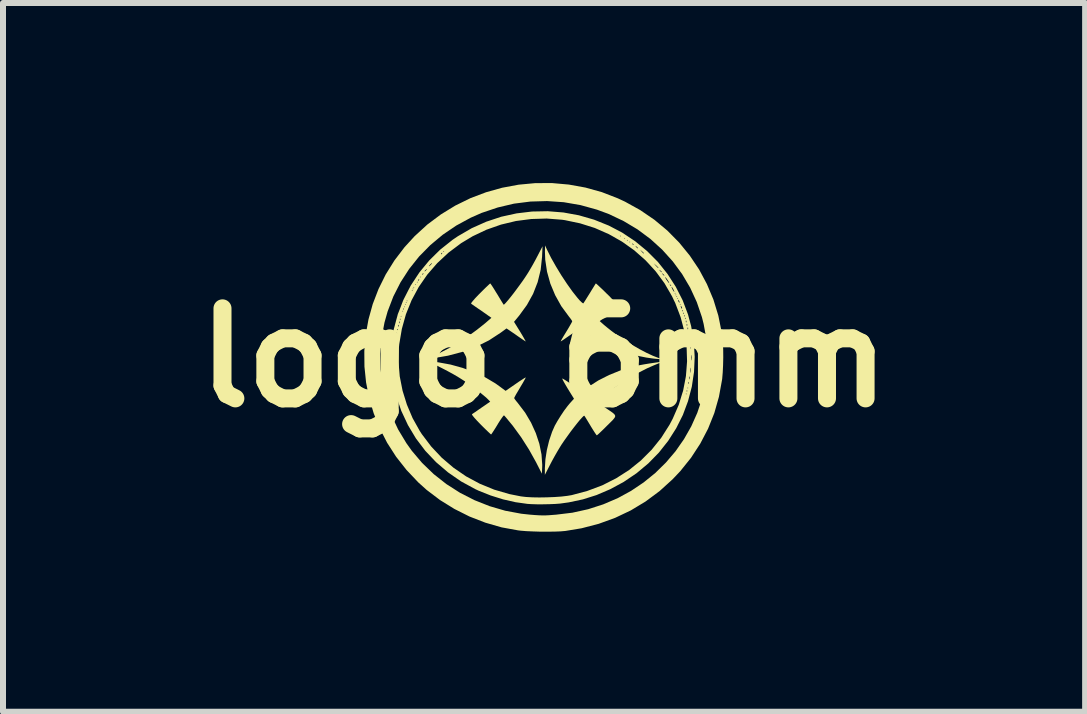
<source format=kicad_pcb>
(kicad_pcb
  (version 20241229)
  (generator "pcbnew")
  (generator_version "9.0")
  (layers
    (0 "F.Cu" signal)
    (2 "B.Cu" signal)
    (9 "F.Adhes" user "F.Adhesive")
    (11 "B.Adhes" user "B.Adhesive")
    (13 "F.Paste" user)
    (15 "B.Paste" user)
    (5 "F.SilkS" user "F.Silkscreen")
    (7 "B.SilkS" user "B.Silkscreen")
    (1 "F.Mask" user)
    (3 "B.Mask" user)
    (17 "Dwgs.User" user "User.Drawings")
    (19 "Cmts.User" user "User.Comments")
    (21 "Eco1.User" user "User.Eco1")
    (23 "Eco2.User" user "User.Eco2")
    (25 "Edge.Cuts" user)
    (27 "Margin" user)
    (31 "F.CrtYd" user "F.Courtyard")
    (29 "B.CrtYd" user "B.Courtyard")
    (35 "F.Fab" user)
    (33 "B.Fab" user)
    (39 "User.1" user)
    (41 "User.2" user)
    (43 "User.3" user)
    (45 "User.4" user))
  (footprint "logo 6mm"
    (layer "F.Cu")
    (at 6.014 2.909)
    (property "Reference" "logo 6mm" (at 0 0 0) (layer "F.SilkS") (effects (font (size 1.5 1.5) (thickness 0.3))))
    (attr board_only exclude_from_pos_files exclude_from_bom)
    (fp_poly (pts (xy -0.033 -1.678) (xy -0.056 -1.463) (xy -0.106 -1.259) (xy -0.182 -1.064) (xy -0.285 -0.878) (xy -0.414 -0.701) (xy -0.5 -0.597) (xy -0.399 -0.434) (xy -0.363 -0.374) (xy -0.334 -0.324) (xy -0.314 -0.288) (xy -0.305 -0.271) (xy -0.306 -0.27) (xy -0.319 -0.278) (xy -0.351 -0.299) (xy -0.395 -0.329) (xy -0.43 -0.353) (xy -0.485 -0.392) (xy -0.535 -0.426) (xy -0.573 -0.452) (xy -0.586 -0.461) (xy -0.625 -0.487) (xy -0.722 -0.416) (xy -0.918 -0.288) (xy -1.133 -0.181) (xy -1.361 -0.096) (xy -1.601 -0.033) (xy -1.75 -0.007) (xy -1.836 0.004) (xy -1.895 0.011) (xy -1.929 0.012) (xy -1.937 0.007) (xy -1.921 -0.003) (xy -1.883 -0.019) (xy -1.859 -0.028) (xy -1.725 -0.085) (xy -1.579 -0.161) (xy -1.425 -0.252) (xy -1.269 -0.354) (xy -1.116 -0.466) (xy -0.971 -0.582) (xy -0.94 -0.609) (xy -0.877 -0.664) (xy -1.038 -0.777) (xy -1.098 -0.818) (xy -1.15 -0.854) (xy -1.19 -0.882) (xy -1.212 -0.897) (xy -1.215 -0.899) (xy -1.211 -0.913) (xy -1.188 -0.943) (xy -1.149 -0.988) (xy -1.095 -1.045) (xy -1.067 -1.073) (xy -1.012 -1.128) (xy -0.963 -1.176) (xy -0.926 -1.211) (xy -0.902 -1.233) (xy -0.896 -1.237) (xy -0.887 -1.226) (xy -0.865 -1.194) (xy -0.835 -1.147) (xy -0.799 -1.088) (xy -0.783 -1.063) (xy -0.745 -1) (xy -0.713 -0.947) (xy -0.688 -0.907) (xy -0.675 -0.885) (xy -0.673 -0.883) (xy -0.661 -0.889) (xy -0.636 -0.915) (xy -0.6 -0.957) (xy -0.555 -1.012) (xy -0.505 -1.076) (xy -0.452 -1.147) (xy -0.399 -1.219) (xy -0.348 -1.29) (xy -0.303 -1.357) (xy -0.27 -1.408) (xy -0.232 -1.471) (xy -0.187 -1.549) (xy -0.142 -1.631) (xy -0.11 -1.692) (xy -0.025 -1.856)) (stroke (width 0) (type solid)) (fill yes) (layer "F.SilkS"))
    (fp_poly (pts (xy -1.903 0.061) (xy -1.845 0.067) (xy -1.76 0.078) (xy -1.759 0.078) (xy -1.557 0.115) (xy -1.355 0.171) (xy -1.159 0.244) (xy -0.974 0.331) (xy -0.808 0.43) (xy -0.741 0.478) (xy -0.64 0.553) (xy -0.475 0.439) (xy -0.416 0.398) (xy -0.365 0.365) (xy -0.328 0.341) (xy -0.308 0.33) (xy -0.305 0.33) (xy -0.31 0.343) (xy -0.328 0.376) (xy -0.355 0.424) (xy -0.39 0.482) (xy -0.399 0.498) (xy -0.435 0.559) (xy -0.466 0.611) (xy -0.487 0.65) (xy -0.497 0.671) (xy -0.498 0.673) (xy -0.489 0.689) (xy -0.466 0.72) (xy -0.434 0.759) (xy -0.429 0.766) (xy -0.314 0.917) (xy -0.216 1.083) (xy -0.137 1.257) (xy -0.078 1.435) (xy -0.042 1.613) (xy -0.03 1.786) (xy -0.031 1.83) (xy -0.036 1.933) (xy -0.133 1.742) (xy -0.25 1.532) (xy -0.382 1.325) (xy -0.522 1.133) (xy -0.55 1.099) (xy -0.593 1.047) (xy -0.629 1.003) (xy -0.655 0.973) (xy -0.667 0.961) (xy -0.678 0.97) (xy -0.7 0.999) (xy -0.731 1.044) (xy -0.767 1.101) (xy -0.776 1.117) (xy -0.813 1.177) (xy -0.845 1.227) (xy -0.868 1.262) (xy -0.881 1.279) (xy -0.882 1.28) (xy -0.894 1.27) (xy -0.922 1.244) (xy -0.964 1.204) (xy -1.015 1.154) (xy -1.053 1.116) (xy -1.115 1.052) (xy -1.161 1.001) (xy -1.191 0.964) (xy -1.201 0.945) (xy -1.2 0.942) (xy -1.183 0.93) (xy -1.147 0.906) (xy -1.099 0.872) (xy -1.042 0.833) (xy -1.041 0.832) (xy -0.897 0.733) (xy -0.929 0.699) (xy -0.964 0.665) (xy -1.018 0.62) (xy -1.085 0.566) (xy -1.16 0.508) (xy -1.238 0.451) (xy -1.313 0.398) (xy -1.342 0.379) (xy -1.419 0.33) (xy -1.509 0.277) (xy -1.606 0.224) (xy -1.702 0.174) (xy -1.791 0.13) (xy -1.866 0.097) (xy -1.897 0.085) (xy -1.932 0.071) (xy -1.945 0.063) (xy -1.936 0.06)) (stroke (width 0) (type solid)) (fill yes) (layer "F.SilkS"))
    (fp_poly (pts (xy 1.952 0.076) (xy 1.922 0.09) (xy 1.875 0.109) (xy 1.82 0.132) (xy 1.714 0.179) (xy 1.593 0.241) (xy 1.468 0.311) (xy 1.346 0.385) (xy 1.236 0.458) (xy 1.226 0.465) (xy 1.168 0.508) (xy 1.106 0.556) (xy 1.046 0.604) (xy 0.99 0.65) (xy 0.944 0.689) (xy 0.911 0.719) (xy 0.896 0.737) (xy 0.896 0.738) (xy 0.907 0.75) (xy 0.937 0.774) (xy 0.981 0.807) (xy 1.028 0.839) (xy 1.098 0.886) (xy 1.148 0.921) (xy 1.177 0.949) (xy 1.187 0.973) (xy 1.176 1.001) (xy 1.147 1.037) (xy 1.099 1.085) (xy 1.05 1.133) (xy 0.995 1.188) (xy 0.947 1.234) (xy 0.909 1.27) (xy 0.885 1.29) (xy 0.879 1.294) (xy 0.869 1.283) (xy 0.847 1.251) (xy 0.817 1.204) (xy 0.781 1.146) (xy 0.774 1.134) (xy 0.738 1.074) (xy 0.707 1.023) (xy 0.684 0.986) (xy 0.672 0.968) (xy 0.672 0.967) (xy 0.659 0.972) (xy 0.633 0.998) (xy 0.595 1.04) (xy 0.55 1.095) (xy 0.499 1.16) (xy 0.444 1.232) (xy 0.39 1.307) (xy 0.337 1.381) (xy 0.289 1.452) (xy 0.263 1.494) (xy 0.221 1.564) (xy 0.173 1.648) (xy 0.126 1.734) (xy 0.097 1.79) (xy 0.014 1.952) (xy 0.014 1.84) (xy 0.023 1.694) (xy 0.047 1.538) (xy 0.085 1.382) (xy 0.134 1.236) (xy 0.179 1.134) (xy 0.223 1.056) (xy 0.277 0.969) (xy 0.335 0.882) (xy 0.393 0.805) (xy 0.432 0.758) (xy 0.499 0.684) (xy 0.397 0.519) (xy 0.361 0.458) (xy 0.331 0.406) (xy 0.311 0.368) (xy 0.303 0.348) (xy 0.303 0.347) (xy 0.316 0.352) (xy 0.348 0.371) (xy 0.395 0.401) (xy 0.451 0.439) (xy 0.47 0.452) (xy 0.63 0.565) (xy 0.745 0.482) (xy 0.904 0.38) (xy 1.083 0.289) (xy 1.274 0.212) (xy 1.47 0.152) (xy 1.479 0.149) (xy 1.531 0.138) (xy 1.599 0.124) (xy 1.676 0.11) (xy 1.755 0.097) (xy 1.831 0.086) (xy 1.895 0.077) (xy 1.943 0.072) (xy 1.96 0.071)) (stroke (width 0) (type solid)) (fill yes) (layer "F.SilkS"))
    (fp_poly (pts (xy 0.053 -1.792) (xy 0.118 -1.662) (xy 0.198 -1.521) (xy 0.287 -1.374) (xy 0.381 -1.232) (xy 0.475 -1.1) (xy 0.556 -0.998) (xy 0.594 -0.954) (xy 0.627 -0.922) (xy 0.648 -0.906) (xy 0.655 -0.905) (xy 0.666 -0.921) (xy 0.689 -0.957) (xy 0.72 -1.007) (xy 0.757 -1.066) (xy 0.762 -1.074) (xy 0.798 -1.133) (xy 0.829 -1.183) (xy 0.851 -1.219) (xy 0.862 -1.236) (xy 0.863 -1.237) (xy 0.874 -1.229) (xy 0.901 -1.205) (xy 0.939 -1.169) (xy 0.986 -1.125) (xy 1.035 -1.076) (xy 1.085 -1.028) (xy 1.129 -0.982) (xy 1.165 -0.945) (xy 1.188 -0.92) (xy 1.195 -0.91) (xy 1.183 -0.9) (xy 1.153 -0.877) (xy 1.108 -0.844) (xy 1.051 -0.804) (xy 1.031 -0.79) (xy 0.972 -0.749) (xy 0.923 -0.713) (xy 0.887 -0.686) (xy 0.869 -0.671) (xy 0.868 -0.669) (xy 0.878 -0.655) (xy 0.906 -0.628) (xy 0.949 -0.59) (xy 1 -0.545) (xy 1.057 -0.498) (xy 1.115 -0.452) (xy 1.124 -0.445) (xy 1.228 -0.368) (xy 1.345 -0.29) (xy 1.468 -0.213) (xy 1.591 -0.142) (xy 1.709 -0.08) (xy 1.815 -0.031) (xy 1.887 -0.003) (xy 1.925 0.011) (xy 1.943 0.02) (xy 1.939 0.024) (xy 1.912 0.023) (xy 1.86 0.019) (xy 1.799 0.012) (xy 1.703 -0.002) (xy 1.593 -0.024) (xy 1.476 -0.052) (xy 1.364 -0.083) (xy 1.266 -0.114) (xy 1.229 -0.128) (xy 1.088 -0.19) (xy 0.946 -0.263) (xy 0.814 -0.341) (xy 0.727 -0.399) (xy 0.675 -0.434) (xy 0.631 -0.461) (xy 0.6 -0.476) (xy 0.589 -0.478) (xy 0.57 -0.467) (xy 0.534 -0.443) (xy 0.484 -0.41) (xy 0.428 -0.371) (xy 0.426 -0.37) (xy 0.371 -0.332) (xy 0.325 -0.3) (xy 0.292 -0.279) (xy 0.277 -0.27) (xy 0.277 -0.27) (xy 0.282 -0.282) (xy 0.299 -0.313) (xy 0.326 -0.359) (xy 0.361 -0.416) (xy 0.37 -0.431) (xy 0.407 -0.492) (xy 0.437 -0.544) (xy 0.459 -0.583) (xy 0.469 -0.604) (xy 0.469 -0.606) (xy 0.461 -0.623) (xy 0.439 -0.654) (xy 0.411 -0.69) (xy 0.287 -0.859) (xy 0.185 -1.042) (xy 0.105 -1.234) (xy 0.05 -1.432) (xy 0.02 -1.631) (xy 0.015 -1.763) (xy 0.017 -1.87)) (stroke (width 0) (type solid)) (fill yes) (layer "F.SilkS"))
    (fp_poly (pts (xy 0.413 -2.884) (xy 0.69 -2.834) (xy 0.963 -2.758) (xy 1.229 -2.655) (xy 1.349 -2.599) (xy 1.602 -2.459) (xy 1.838 -2.298) (xy 2.055 -2.117) (xy 2.252 -1.917) (xy 2.428 -1.701) (xy 2.583 -1.47) (xy 2.714 -1.225) (xy 2.822 -0.968) (xy 2.904 -0.7) (xy 2.96 -0.422) (xy 2.972 -0.342) (xy 2.98 -0.245) (xy 2.985 -0.129) (xy 2.986 -0.003) (xy 2.983 0.126) (xy 2.977 0.248) (xy 2.968 0.354) (xy 2.965 0.373) (xy 2.914 0.652) (xy 2.837 0.923) (xy 2.733 1.183) (xy 2.603 1.432) (xy 2.449 1.668) (xy 2.27 1.891) (xy 2.141 2.027) (xy 1.925 2.223) (xy 1.692 2.396) (xy 1.445 2.545) (xy 1.184 2.669) (xy 0.911 2.768) (xy 0.627 2.842) (xy 0.356 2.887) (xy 0.275 2.894) (xy 0.173 2.898) (xy 0.057 2.899) (xy -0.065 2.899) (xy -0.186 2.895) (xy -0.298 2.89) (xy -0.395 2.882) (xy -0.434 2.877) (xy -0.708 2.827) (xy -0.978 2.749) (xy -1.241 2.647) (xy -1.494 2.52) (xy -1.733 2.372) (xy -1.956 2.203) (xy -2.095 2.078) (xy -2.292 1.87) (xy -2.465 1.65) (xy -2.614 1.418) (xy -2.738 1.176) (xy -2.838 0.927) (xy -2.914 0.671) (xy -2.965 0.412) (xy -2.992 0.149) (xy -2.994 -0.064) (xy -2.729 -0.064) (xy -2.723 0.197) (xy -2.689 0.455) (xy -2.629 0.709) (xy -2.543 0.957) (xy -2.431 1.196) (xy -2.293 1.425) (xy -2.204 1.55) (xy -2.031 1.754) (xy -1.838 1.94) (xy -1.627 2.106) (xy -1.4 2.251) (xy -1.159 2.374) (xy -0.907 2.474) (xy -0.647 2.55) (xy -0.379 2.6) (xy -0.239 2.615) (xy -0.153 2.622) (xy -0.087 2.626) (xy -0.032 2.628) (xy 0.022 2.628) (xy 0.082 2.625) (xy 0.158 2.619) (xy 0.199 2.616) (xy 0.472 2.583) (xy 0.735 2.525) (xy 0.986 2.444) (xy 1.225 2.342) (xy 1.449 2.22) (xy 1.659 2.079) (xy 1.854 1.921) (xy 2.031 1.747) (xy 2.191 1.559) (xy 2.332 1.357) (xy 2.453 1.144) (xy 2.553 0.92) (xy 2.631 0.687) (xy 2.687 0.447) (xy 2.718 0.201) (xy 2.725 -0.051) (xy 2.706 -0.306) (xy 2.659 -0.562) (xy 2.631 -0.674) (xy 2.545 -0.926) (xy 2.435 -1.165) (xy 2.301 -1.392) (xy 2.145 -1.604) (xy 1.968 -1.8) (xy 1.772 -1.978) (xy 1.558 -2.137) (xy 1.327 -2.275) (xy 1.082 -2.392) (xy 0.882 -2.466) (xy 0.607 -2.542) (xy 0.329 -2.59) (xy 0.051 -2.609) (xy -0.226 -2.601) (xy -0.501 -2.566) (xy -0.772 -2.502) (xy -1.039 -2.412) (xy -1.221 -2.332) (xy -1.464 -2.2) (xy -1.689 -2.047) (xy -1.895 -1.875) (xy -2.082 -1.685) (xy -2.247 -1.478) (xy -2.391 -1.255) (xy -2.511 -1.019) (xy -2.606 -0.77) (xy -2.658 -0.586) (xy -2.707 -0.326) (xy -2.729 -0.064) (xy -2.994 -0.064) (xy -2.994 -0.114) (xy -2.972 -0.377) (xy -2.925 -0.637) (xy -2.854 -0.893) (xy -2.758 -1.143) (xy -2.638 -1.386) (xy -2.493 -1.619) (xy -2.323 -1.842) (xy -2.155 -2.025) (xy -1.944 -2.218) (xy -1.718 -2.387) (xy -1.478 -2.534) (xy -1.227 -2.657) (xy -0.966 -2.756) (xy -0.698 -2.831) (xy -0.424 -2.882) (xy -0.146 -2.908) (xy 0.133 -2.909)) (stroke (width 0) (type solid)) (fill yes) (layer "F.SilkS"))
    (fp_poly (pts (xy 0.323 -2.419) (xy 0.581 -2.372) (xy 0.834 -2.299) (xy 1.08 -2.2) (xy 1.301 -2.084) (xy 1.518 -1.94) (xy 1.717 -1.776) (xy 1.898 -1.594) (xy 2.057 -1.395) (xy 2.195 -1.181) (xy 2.31 -0.955) (xy 2.399 -0.719) (xy 2.451 -0.525) (xy 2.495 -0.268) (xy 2.51 -0.013) (xy 2.499 0.238) (xy 2.462 0.484) (xy 2.399 0.724) (xy 2.313 0.955) (xy 2.202 1.176) (xy 2.069 1.385) (xy 1.914 1.581) (xy 1.738 1.761) (xy 1.542 1.925) (xy 1.326 2.071) (xy 1.104 2.191) (xy 0.875 2.289) (xy 0.647 2.361) (xy 0.412 2.411) (xy 0.267 2.431) (xy 0.188 2.437) (xy 0.09 2.441) (xy -0.016 2.443) (xy -0.122 2.443) (xy -0.216 2.44) (xy -0.277 2.436) (xy -0.475 2.408) (xy -0.682 2.361) (xy -0.889 2.296) (xy -1.086 2.218) (xy -1.146 2.19) (xy -1.383 2.061) (xy -1.601 1.91) (xy -1.8 1.74) (xy -1.978 1.552) (xy -2.134 1.346) (xy -2.267 1.124) (xy -2.378 0.887) (xy -2.464 0.635) (xy -2.505 0.469) (xy -2.516 0.416) (xy -2.524 0.365) (xy -2.53 0.314) (xy -2.534 0.254) (xy -2.535 0.22) (xy -2.489 0.22) (xy -2.482 0.228) (xy -2.475 0.22) (xy -2.482 0.213) (xy -2.489 0.22) (xy -2.535 0.22) (xy -2.536 0.182) (xy -2.536 0.178) (xy -2.489 0.178) (xy -2.482 0.185) (xy -2.475 0.178) (xy -2.482 0.171) (xy -2.489 0.178) (xy -2.536 0.178) (xy -2.537 0.12) (xy -2.488 0.12) (xy -2.485 0.138) (xy -2.48 0.138) (xy -2.477 0.119) (xy -2.479 0.111) (xy -2.485 0.106) (xy -2.488 0.12) (xy -2.537 0.12) (xy -2.537 0.091) (xy -2.537 0.074) (xy -2.424 0.074) (xy -2.404 0.312) (xy -2.357 0.55) (xy -2.285 0.782) (xy -2.19 1.007) (xy -2.071 1.22) (xy -2.036 1.274) (xy -1.88 1.48) (xy -1.704 1.667) (xy -1.509 1.833) (xy -1.298 1.978) (xy -1.071 2.1) (xy -0.83 2.199) (xy -0.576 2.273) (xy -0.385 2.311) (xy -0.301 2.321) (xy -0.196 2.327) (xy -0.078 2.329) (xy 0.047 2.327) (xy 0.172 2.322) (xy 0.288 2.314) (xy 0.39 2.302) (xy 0.461 2.29) (xy 0.722 2.22) (xy 0.97 2.127) (xy 1.201 2.01) (xy 1.417 1.872) (xy 1.614 1.713) (xy 1.793 1.534) (xy 1.952 1.336) (xy 2.09 1.119) (xy 2.144 1.017) (xy 2.245 0.785) (xy 2.3 0.604) (xy 2.361 0.604) (xy 2.368 0.612) (xy 2.375 0.604) (xy 2.368 0.597) (xy 2.361 0.604) (xy 2.3 0.604) (xy 2.316 0.555) (xy 2.375 0.555) (xy 2.38 0.566) (xy 2.385 0.564) (xy 2.386 0.547) (xy 2.385 0.545) (xy 2.376 0.547) (xy 2.375 0.555) (xy 2.316 0.555) (xy 2.318 0.546) (xy 2.326 0.505) (xy 2.389 0.505) (xy 2.396 0.512) (xy 2.403 0.505) (xy 2.396 0.498) (xy 2.389 0.505) (xy 2.326 0.505) (xy 2.343 0.418) (xy 2.405 0.418) (xy 2.407 0.437) (xy 2.412 0.437) (xy 2.415 0.418) (xy 2.413 0.41) (xy 2.407 0.404) (xy 2.405 0.418) (xy 2.343 0.418) (xy 2.359 0.334) (xy 2.42 0.334) (xy 2.422 0.358) (xy 2.426 0.361) (xy 2.427 0.359) (xy 2.43 0.331) (xy 2.428 0.317) (xy 2.423 0.311) (xy 2.421 0.33) (xy 2.42 0.334) (xy 2.359 0.334) (xy 2.364 0.304) (xy 2.372 0.206) (xy 2.436 0.206) (xy 2.437 0.24) (xy 2.439 0.252) (xy 2.442 0.246) (xy 2.444 0.207) (xy 2.442 0.174) (xy 2.439 0.165) (xy 2.437 0.18) (xy 2.436 0.206) (xy 2.372 0.206) (xy 2.383 0.059) (xy 2.381 0) (xy 2.45 0) (xy 2.451 0.035) (xy 2.454 0.048) (xy 2.456 0.039) (xy 2.459 -0.007) (xy 2.456 -0.039) (xy 2.453 -0.048) (xy 2.451 -0.032) (xy 2.45 0) (xy 2.381 0) (xy 2.375 -0.187) (xy 2.374 -0.192) (xy 2.436 -0.192) (xy 2.437 -0.158) (xy 2.439 -0.146) (xy 2.442 -0.153) (xy 2.444 -0.192) (xy 2.442 -0.224) (xy 2.439 -0.234) (xy 2.437 -0.218) (xy 2.436 -0.192) (xy 2.374 -0.192) (xy 2.355 -0.32) (xy 2.42 -0.32) (xy 2.422 -0.296) (xy 2.426 -0.294) (xy 2.427 -0.295) (xy 2.43 -0.323) (xy 2.428 -0.337) (xy 2.423 -0.343) (xy 2.421 -0.324) (xy 2.42 -0.32) (xy 2.355 -0.32) (xy 2.342 -0.412) (xy 2.406 -0.412) (xy 2.408 -0.392) (xy 2.413 -0.395) (xy 2.415 -0.424) (xy 2.413 -0.43) (xy 2.408 -0.432) (xy 2.406 -0.412) (xy 2.342 -0.412) (xy 2.339 -0.432) (xy 2.326 -0.484) (xy 2.391 -0.484) (xy 2.394 -0.463) (xy 2.399 -0.466) (xy 2.401 -0.495) (xy 2.399 -0.501) (xy 2.393 -0.503) (xy 2.391 -0.484) (xy 2.326 -0.484) (xy 2.309 -0.549) (xy 2.376 -0.549) (xy 2.379 -0.53) (xy 2.384 -0.53) (xy 2.387 -0.549) (xy 2.385 -0.557) (xy 2.378 -0.563) (xy 2.376 -0.549) (xy 2.309 -0.549) (xy 2.294 -0.606) (xy 2.362 -0.606) (xy 2.365 -0.587) (xy 2.369 -0.587) (xy 2.373 -0.606) (xy 2.371 -0.614) (xy 2.364 -0.62) (xy 2.362 -0.606) (xy 2.294 -0.606) (xy 2.281 -0.654) (xy 2.347 -0.654) (xy 2.352 -0.642) (xy 2.356 -0.645) (xy 2.358 -0.662) (xy 2.356 -0.664) (xy 2.348 -0.662) (xy 2.347 -0.654) (xy 2.281 -0.654) (xy 2.276 -0.673) (xy 2.267 -0.697) (xy 2.332 -0.697) (xy 2.338 -0.685) (xy 2.342 -0.687) (xy 2.344 -0.704) (xy 2.342 -0.706) (xy 2.333 -0.704) (xy 2.332 -0.697) (xy 2.267 -0.697) (xy 2.251 -0.74) (xy 2.318 -0.74) (xy 2.323 -0.728) (xy 2.328 -0.73) (xy 2.329 -0.747) (xy 2.328 -0.749) (xy 2.319 -0.747) (xy 2.318 -0.74) (xy 2.251 -0.74) (xy 2.235 -0.782) (xy 2.304 -0.782) (xy 2.309 -0.77) (xy 2.313 -0.773) (xy 2.315 -0.79) (xy 2.313 -0.792) (xy 2.305 -0.79) (xy 2.304 -0.782) (xy 2.235 -0.782) (xy 2.206 -0.858) (xy 2.277 -0.858) (xy 2.284 -0.833) (xy 2.295 -0.816) (xy 2.3 -0.816) (xy 2.299 -0.832) (xy 2.291 -0.849) (xy 2.279 -0.865) (xy 2.277 -0.858) (xy 2.206 -0.858) (xy 2.194 -0.889) (xy 2.261 -0.889) (xy 2.268 -0.882) (xy 2.275 -0.889) (xy 2.268 -0.896) (xy 2.261 -0.889) (xy 2.194 -0.889) (xy 2.186 -0.911) (xy 2.163 -0.957) (xy 2.234 -0.957) (xy 2.242 -0.932) (xy 2.252 -0.916) (xy 2.257 -0.916) (xy 2.256 -0.932) (xy 2.249 -0.948) (xy 2.236 -0.965) (xy 2.234 -0.957) (xy 2.163 -0.957) (xy 2.149 -0.988) (xy 2.219 -0.988) (xy 2.226 -0.981) (xy 2.233 -0.988) (xy 2.226 -0.996) (xy 2.219 -0.988) (xy 2.149 -0.988) (xy 2.135 -1.017) (xy 2.204 -1.017) (xy 2.211 -1.01) (xy 2.219 -1.017) (xy 2.211 -1.024) (xy 2.204 -1.017) (xy 2.135 -1.017) (xy 2.131 -1.025) (xy 2.119 -1.045) (xy 2.19 -1.045) (xy 2.197 -1.038) (xy 2.204 -1.045) (xy 2.197 -1.052) (xy 2.19 -1.045) (xy 2.119 -1.045) (xy 2.103 -1.074) (xy 2.176 -1.074) (xy 2.183 -1.067) (xy 2.19 -1.074) (xy 2.183 -1.081) (xy 2.176 -1.074) (xy 2.103 -1.074) (xy 2.041 -1.18) (xy 2.125 -1.18) (xy 2.126 -1.169) (xy 2.138 -1.143) (xy 2.14 -1.138) (xy 2.157 -1.109) (xy 2.169 -1.095) (xy 2.17 -1.095) (xy 2.169 -1.106) (xy 2.157 -1.133) (xy 2.155 -1.138) (xy 2.138 -1.167) (xy 2.126 -1.18) (xy 2.125 -1.18) (xy 2.041 -1.18) (xy 2.019 -1.219) (xy 2.093 -1.219) (xy 2.096 -1.211) (xy 2.111 -1.196) (xy 2.119 -1.199) (xy 2.119 -1.201) (xy 2.109 -1.213) (xy 2.103 -1.217) (xy 2.093 -1.219) (xy 2.019 -1.219) (xy 2.006 -1.241) (xy 1.932 -1.341) (xy 2.016 -1.341) (xy 2.026 -1.321) (xy 2.04 -1.298) (xy 2.067 -1.26) (xy 2.083 -1.241) (xy 2.087 -1.241) (xy 2.077 -1.263) (xy 2.067 -1.281) (xy 2.043 -1.316) (xy 2.022 -1.34) (xy 2.021 -1.341) (xy 2.016 -1.341) (xy 1.932 -1.341) (xy 1.883 -1.408) (xy 1.964 -1.408) (xy 1.967 -1.4) (xy 1.975 -1.39) (xy 1.996 -1.368) (xy 2.005 -1.368) (xy 2.005 -1.371) (xy 1.996 -1.383) (xy 1.98 -1.396) (xy 1.964 -1.408) (xy 1.883 -1.408) (xy 1.857 -1.442) (xy 1.836 -1.465) (xy 1.921 -1.465) (xy 1.924 -1.457) (xy 1.932 -1.447) (xy 1.953 -1.425) (xy 1.962 -1.425) (xy 1.963 -1.428) (xy 1.953 -1.439) (xy 1.938 -1.452) (xy 1.921 -1.465) (xy 1.836 -1.465) (xy 1.738 -1.572) (xy 1.827 -1.572) (xy 1.862 -1.532) (xy 1.89 -1.503) (xy 1.903 -1.493) (xy 1.906 -1.498) (xy 1.896 -1.509) (xy 1.873 -1.532) (xy 1.867 -1.537) (xy 1.827 -1.572) (xy 1.738 -1.572) (xy 1.688 -1.625) (xy 1.501 -1.79) (xy 1.488 -1.799) (xy 1.6 -1.799) (xy 1.627 -1.767) (xy 1.652 -1.74) (xy 1.663 -1.736) (xy 1.664 -1.74) (xy 1.654 -1.752) (xy 1.632 -1.772) (xy 1.6 -1.799) (xy 1.488 -1.799) (xy 1.398 -1.863) (xy 1.523 -1.863) (xy 1.526 -1.856) (xy 1.534 -1.845) (xy 1.555 -1.823) (xy 1.564 -1.823) (xy 1.564 -1.826) (xy 1.555 -1.838) (xy 1.54 -1.851) (xy 1.523 -1.863) (xy 1.398 -1.863) (xy 1.344 -1.902) (xy 1.467 -1.902) (xy 1.471 -1.894) (xy 1.485 -1.878) (xy 1.493 -1.882) (xy 1.493 -1.884) (xy 1.483 -1.896) (xy 1.477 -1.9) (xy 1.467 -1.902) (xy 1.344 -1.902) (xy 1.308 -1.927) (xy 1.422 -1.927) (xy 1.429 -1.92) (xy 1.436 -1.927) (xy 1.429 -1.934) (xy 1.422 -1.927) (xy 1.308 -1.927) (xy 1.296 -1.935) (xy 1.261 -1.955) (xy 1.38 -1.955) (xy 1.387 -1.948) (xy 1.394 -1.955) (xy 1.387 -1.963) (xy 1.38 -1.955) (xy 1.261 -1.955) (xy 1.21 -1.984) (xy 1.337 -1.984) (xy 1.344 -1.977) (xy 1.351 -1.984) (xy 1.344 -1.991) (xy 1.337 -1.984) (xy 1.21 -1.984) (xy 1.135 -2.027) (xy 1.266 -2.027) (xy 1.273 -2.019) (xy 1.28 -2.027) (xy 1.273 -2.034) (xy 1.266 -2.027) (xy 1.135 -2.027) (xy 1.077 -2.059) (xy 0.845 -2.161) (xy 0.601 -2.238) (xy 0.348 -2.291) (xy 0.3 -2.298) (xy 0.044 -2.318) (xy -0.212 -2.31) (xy -0.467 -2.277) (xy -0.717 -2.217) (xy -0.959 -2.132) (xy -1.189 -2.023) (xy -1.382 -1.907) (xy -1.591 -1.75) (xy -1.779 -1.575) (xy -1.945 -1.384) (xy -2.088 -1.177) (xy -2.207 -0.956) (xy -2.301 -0.723) (xy -2.369 -0.479) (xy -2.412 -0.225) (xy -2.418 -0.163) (xy -2.424 0.074) (xy -2.537 0.074) (xy -2.538 0) (xy -2.537 -0.108) (xy -2.488 -0.108) (xy -2.485 -0.089) (xy -2.48 -0.089) (xy -2.477 -0.108) (xy -2.479 -0.116) (xy -2.485 -0.122) (xy -2.488 -0.108) (xy -2.537 -0.108) (xy -2.537 -0.11) (xy -2.537 -0.165) (xy -2.488 -0.165) (xy -2.485 -0.146) (xy -2.48 -0.146) (xy -2.477 -0.165) (xy -2.479 -0.173) (xy -2.485 -0.179) (xy -2.488 -0.165) (xy -2.537 -0.165) (xy -2.536 -0.196) (xy -2.535 -0.213) (xy -2.489 -0.213) (xy -2.484 -0.202) (xy -2.479 -0.204) (xy -2.478 -0.221) (xy -2.479 -0.223) (xy -2.488 -0.221) (xy -2.489 -0.213) (xy -2.535 -0.213) (xy -2.534 -0.266) (xy -2.531 -0.306) (xy -2.472 -0.306) (xy -2.47 -0.281) (xy -2.466 -0.279) (xy -2.465 -0.281) (xy -2.462 -0.309) (xy -2.465 -0.323) (xy -2.469 -0.329) (xy -2.472 -0.31) (xy -2.472 -0.306) (xy -2.531 -0.306) (xy -2.529 -0.323) (xy -2.523 -0.374) (xy -2.519 -0.398) (xy -2.458 -0.398) (xy -2.456 -0.378) (xy -2.451 -0.38) (xy -2.449 -0.41) (xy -2.451 -0.416) (xy -2.456 -0.418) (xy -2.458 -0.398) (xy -2.519 -0.398) (xy -2.514 -0.425) (xy -2.505 -0.469) (xy -2.446 -0.469) (xy -2.441 -0.458) (xy -2.437 -0.46) (xy -2.435 -0.477) (xy -2.437 -0.479) (xy -2.445 -0.477) (xy -2.446 -0.469) (xy -2.505 -0.469) (xy -2.487 -0.534) (xy -2.431 -0.534) (xy -2.428 -0.516) (xy -2.423 -0.516) (xy -2.42 -0.535) (xy -2.422 -0.543) (xy -2.429 -0.548) (xy -2.431 -0.534) (xy -2.487 -0.534) (xy -2.472 -0.591) (xy -2.417 -0.591) (xy -2.414 -0.573) (xy -2.409 -0.573) (xy -2.406 -0.592) (xy -2.408 -0.6) (xy -2.414 -0.605) (xy -2.417 -0.591) (xy -2.472 -0.591) (xy -2.459 -0.64) (xy -2.403 -0.64) (xy -2.398 -0.628) (xy -2.394 -0.63) (xy -2.392 -0.647) (xy -2.394 -0.649) (xy -2.402 -0.648) (xy -2.403 -0.64) (xy -2.459 -0.64) (xy -2.445 -0.69) (xy -2.389 -0.69) (xy -2.382 -0.683) (xy -2.375 -0.69) (xy -2.382 -0.697) (xy -2.389 -0.69) (xy -2.445 -0.69) (xy -2.436 -0.725) (xy -2.416 -0.775) (xy -2.361 -0.775) (xy -2.354 -0.768) (xy -2.347 -0.775) (xy -2.354 -0.782) (xy -2.361 -0.775) (xy -2.416 -0.775) (xy -2.402 -0.811) (xy -2.347 -0.811) (xy -2.341 -0.799) (xy -2.337 -0.801) (xy -2.335 -0.818) (xy -2.337 -0.82) (xy -2.346 -0.818) (xy -2.347 -0.811) (xy -2.402 -0.811) (xy -2.388 -0.846) (xy -2.332 -0.846) (xy -2.325 -0.839) (xy -2.318 -0.846) (xy -2.325 -0.853) (xy -2.332 -0.846) (xy -2.388 -0.846) (xy -2.372 -0.889) (xy -2.318 -0.889) (xy -2.311 -0.882) (xy -2.304 -0.889) (xy -2.311 -0.896) (xy -2.318 -0.889) (xy -2.372 -0.889) (xy -2.361 -0.917) (xy -2.304 -0.917) (xy -2.297 -0.91) (xy -2.29 -0.917) (xy -2.297 -0.924) (xy -2.304 -0.917) (xy -2.361 -0.917) (xy -2.35 -0.946) (xy -2.29 -0.946) (xy -2.283 -0.939) (xy -2.275 -0.946) (xy -2.283 -0.953) (xy -2.29 -0.946) (xy -2.35 -0.946) (xy -2.34 -0.969) (xy -2.265 -1.116) (xy -2.204 -1.116) (xy -2.197 -1.109) (xy -2.19 -1.116) (xy -2.197 -1.124) (xy -2.204 -1.116) (xy -2.265 -1.116) (xy -2.25 -1.145) (xy -2.19 -1.145) (xy -2.183 -1.138) (xy -2.176 -1.145) (xy -2.183 -1.152) (xy -2.19 -1.145) (xy -2.25 -1.145) (xy -2.235 -1.173) (xy -2.176 -1.173) (xy -2.169 -1.166) (xy -2.162 -1.173) (xy -2.169 -1.18) (xy -2.176 -1.173) (xy -2.235 -1.173) (xy -2.221 -1.201) (xy -2.211 -1.216) (xy -2.147 -1.216) (xy -2.14 -1.209) (xy -2.133 -1.216) (xy -2.14 -1.223) (xy -2.147 -1.216) (xy -2.211 -1.216) (xy -2.183 -1.259) (xy -2.119 -1.259) (xy -2.112 -1.252) (xy -2.105 -1.259) (xy -2.112 -1.266) (xy -2.119 -1.259) (xy -2.183 -1.259) (xy -2.168 -1.281) (xy -2.101 -1.281) (xy -2.099 -1.28) (xy -2.086 -1.29) (xy -2.083 -1.294) (xy -2.08 -1.307) (xy -2.082 -1.308) (xy -2.095 -1.298) (xy -2.098 -1.294) (xy -2.101 -1.281) (xy -2.168 -1.281) (xy -2.127 -1.344) (xy -2.062 -1.344) (xy -2.055 -1.337) (xy -2.048 -1.344) (xy -2.055 -1.351) (xy -2.062 -1.344) (xy -2.127 -1.344) (xy -2.103 -1.38) (xy -2.03 -1.38) (xy -2.028 -1.38) (xy -2.015 -1.39) (xy -2.012 -1.394) (xy -2.009 -1.407) (xy -2.011 -1.408) (xy -2.024 -1.398) (xy -2.027 -1.394) (xy -2.03 -1.38) (xy -2.103 -1.38) (xy -2.078 -1.418) (xy -2.059 -1.442) (xy -1.991 -1.442) (xy -1.984 -1.438) (xy -1.965 -1.456) (xy -1.961 -1.461) (xy -1.948 -1.478) (xy -1.956 -1.475) (xy -1.966 -1.467) (xy -1.986 -1.449) (xy -1.991 -1.442) (xy -2.059 -1.442) (xy -1.993 -1.522) (xy -1.917 -1.522) (xy -1.904 -1.531) (xy -1.884 -1.55) (xy -1.868 -1.571) (xy -1.866 -1.579) (xy -1.879 -1.569) (xy -1.899 -1.55) (xy -1.915 -1.53) (xy -1.917 -1.522) (xy -1.993 -1.522) (xy -1.914 -1.618) (xy -1.809 -1.722) (xy -1.717 -1.722) (xy -1.715 -1.721) (xy -1.702 -1.731) (xy -1.699 -1.735) (xy -1.696 -1.748) (xy -1.698 -1.749) (xy -1.711 -1.739) (xy -1.714 -1.735) (xy -1.717 -1.722) (xy -1.809 -1.722) (xy -1.759 -1.771) (xy -1.678 -1.771) (xy -1.671 -1.763) (xy -1.664 -1.771) (xy -1.671 -1.778) (xy -1.678 -1.771) (xy -1.759 -1.771) (xy -1.728 -1.801) (xy -1.523 -1.964) (xy -1.436 -2.023) (xy -1.205 -2.157) (xy -0.963 -2.265) (xy -0.713 -2.348) (xy -0.457 -2.404) (xy -0.198 -2.435) (xy 0.063 -2.44)) (stroke (width 0) (type solid)) (fill yes) (layer "F.SilkS")))
  (gr_rect
    (start -3 -3)
    (end 15.029 8.808)
    (stroke (width 0.1) (type default))
    (fill no)
    (layer "Edge.Cuts")))
</source>
